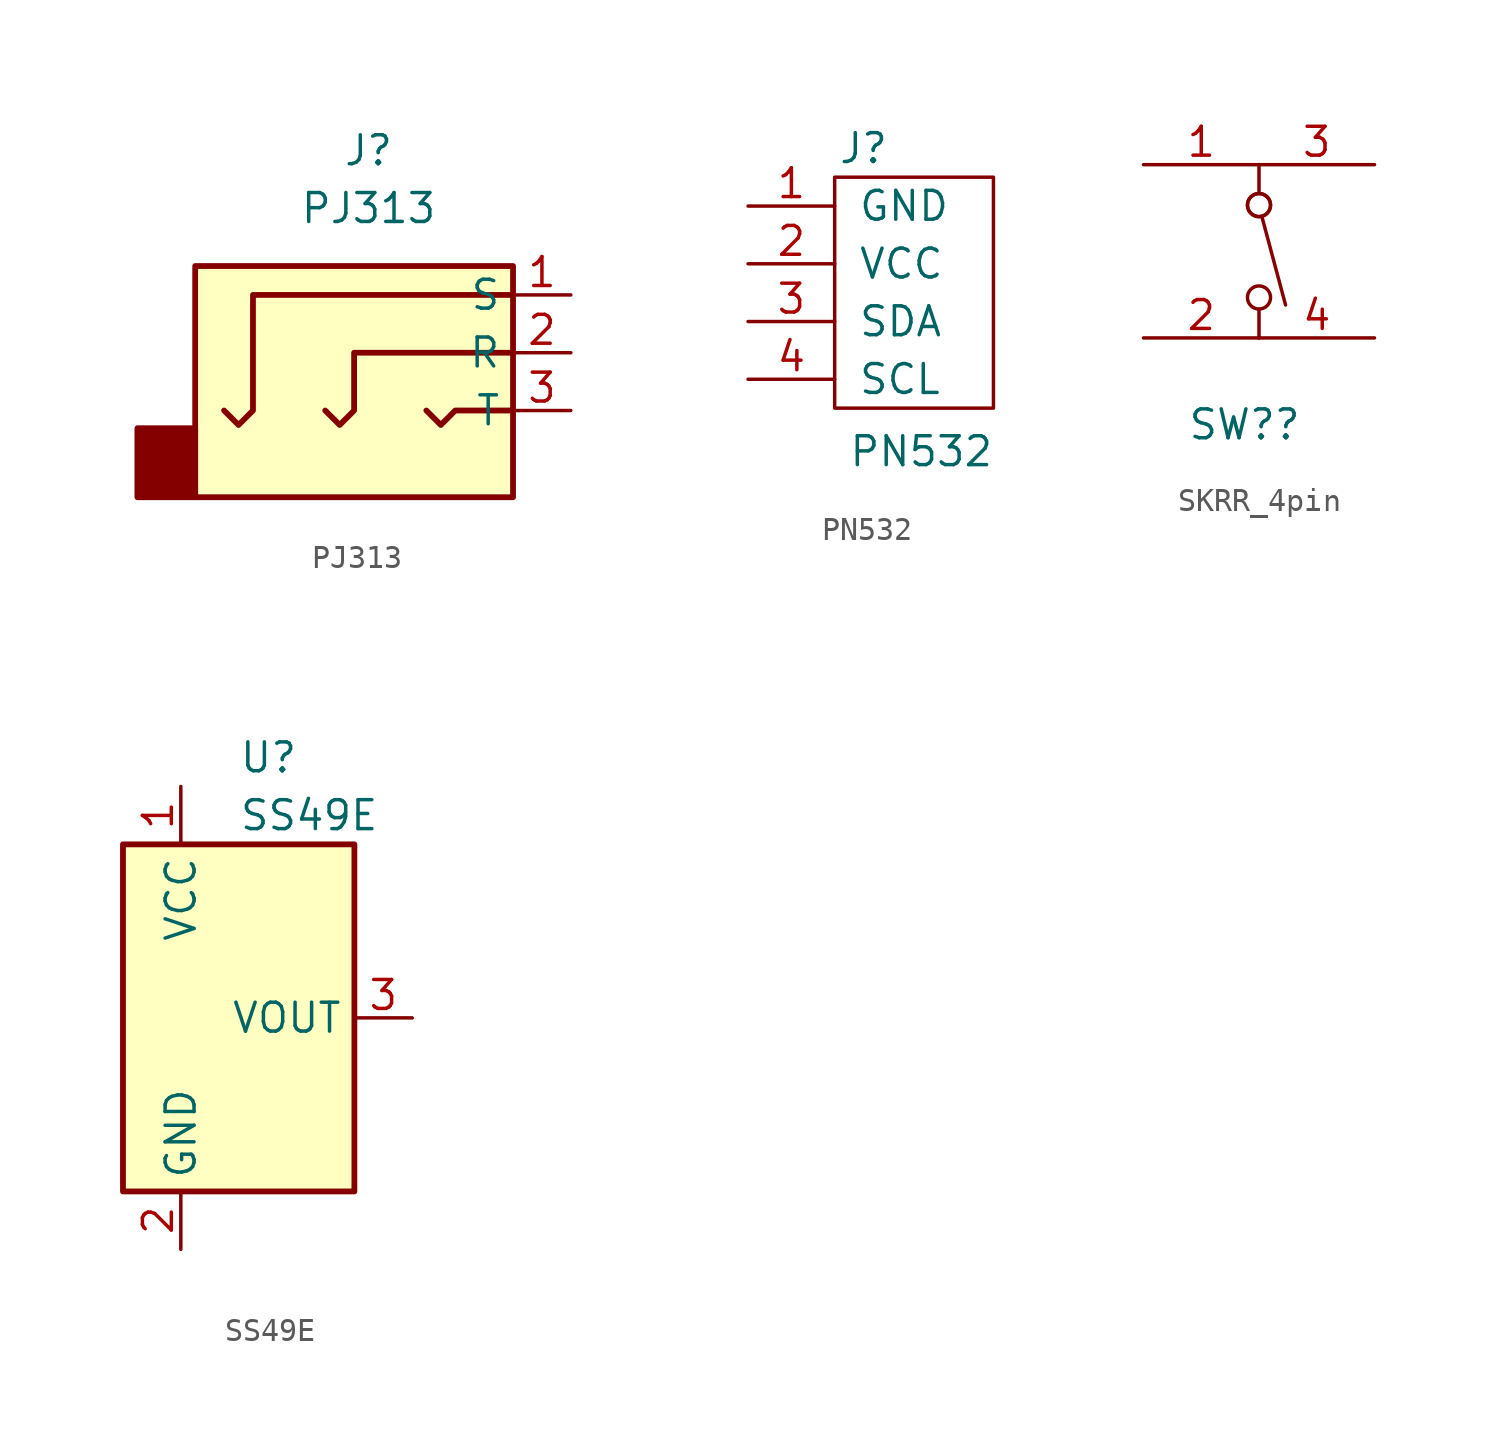
<source format=kicad_sym>
(kicad_symbol_lib
  (version 20231120)
  (generator "kicad_symbol_editor")
  (generator_version "8.0")
  (symbol "PJ313"
    (property "Reference" "J"
      (at 0 8.89 0)
      (effects (font (size 1.27 1.27))))
    (property "Value" "PJ313"
      (at 0 6.35 0)
      (effects (font (size 1.27 1.27))))
    (symbol "PJ313_0_1"
      (rectangle (start -10.16 -3.319) (end -7.62 -6.35) (stroke (width 0.254) (type default)) (fill (type outline)))
      (rectangle (start -7.62 3.81) (end 6.35 -6.35) (stroke (width 0.254) (type default)) (fill (type background)))
      (polyline (pts (xy 2.54 -2.54) (xy 3.175 -3.175) (xy 3.81 -2.54) (xy 6.35 -2.54)) (stroke (width 0.254) (type default)) (fill (type none)))
      (polyline (pts (xy -1.905 -2.54) (xy -1.27 -3.175) (xy -0.635 -2.54) (xy -0.635 0) (xy 6.35 0)) (stroke (width 0.254) (type default)) (fill (type none)))
      (polyline (pts (xy 6.35 2.54) (xy -5.08 2.54) (xy -5.08 -2.54) (xy -5.715 -3.175) (xy -6.35 -2.54)) (stroke (width 0.254) (type default)) (fill (type none))))
    (symbol "PJ313_1_1"
      (pin passive line (at 8.89 2.54 180) (length 2.54) (name "S" (effects (font (size 1.27 1.27)))) (number "1" (effects (font (size 1.27 1.27)))))
      (pin passive line (at 8.89 0 180) (length 2.54) (name "R" (effects (font (size 1.27 1.27)))) (number "2" (effects (font (size 1.27 1.27)))))
      (pin passive line (at 8.89 -2.54 180) (length 2.54) (name "T" (effects (font (size 1.27 1.27)))) (number "3" (effects (font (size 1.27 1.27)))))))
  (symbol "PN532"
    (pin_names
      (offset 1.016))
    (property "Reference" "J"
      (at -1.27 6.35 0)
      (effects (font (size 1.27 1.27))))
    (property "Value" "PN532"
      (at 1.27 -6.985 0)
      (effects (font (size 1.27 1.27))))
    (symbol "PN532_1_1"
      (rectangle (start -2.54 5.08) (end 4.445 -5.08) (stroke (width 0) (type default)) (fill (type none)))
      (pin power_in line (at -6.35 3.81 0) (length 3.81) (name "GND" (effects (font (size 1.27 1.27)))) (number "1" (effects (font (size 1.27 1.27)))))
      (pin power_in line (at -6.35 1.27 0) (length 3.81) (name "VCC" (effects (font (size 1.27 1.27)))) (number "2" (effects (font (size 1.27 1.27)))))
      (pin bidirectional line (at -6.35 -1.27 0) (length 3.81) (name "SDA" (effects (font (size 1.27 1.27)))) (number "3" (effects (font (size 1.27 1.27)))))
      (pin bidirectional line (at -6.35 -3.81 0) (length 3.81) (name "SCL" (effects (font (size 1.27 1.27)))) (number "4" (effects (font (size 1.27 1.27)))))))
  (symbol "SKRR_4pin"
    (pin_names
      (offset 0) hide)
    (property "Reference" "SW?"
      (at -0.635 -7.62 0)
      (effects (font (size 1.27 1.27))))
    (symbol "SKRR_4pin_0_0"
      (circle (center 0 -2.032) (radius 0.508) (stroke (width 0) (type default)) (fill (type none)))
      (polyline (pts (xy 0.127 1.524) (xy 1.168 -2.362)) (stroke (width 0) (type default)) (fill (type none)))
      (circle (center 0 2.032) (radius 0.508) (stroke (width 0) (type default)) (fill (type none)))
      (circle (center 0 2.032) (radius 0.508) (stroke (width 0) (type default)) (fill (type none))))
    (symbol "SKRR_4pin_0_1"
      (polyline (pts (xy 0 -2.54) (xy 0 -3.81)) (stroke (width 0) (type default)) (fill (type none)))
      (polyline (pts (xy 0 3.81) (xy 0 2.54)) (stroke (width 0) (type default)) (fill (type none))))
    (symbol "SKRR_4pin_1_1"
      (pin passive line (at -5.08 3.81 0) (length 5.08) (name "~" (effects (font (size 1.27 1.27)))) (number "1" (effects (font (size 1.27 1.27)))))
      (pin passive line (at -5.08 -3.81 0) (length 5.08) (name "~" (effects (font (size 1.27 1.27)))) (number "2" (effects (font (size 1.27 1.27)))))
      (pin passive line (at 5.08 3.81 180) (length 5.08) (name "~" (effects (font (size 1.27 1.27)))) (number "3" (effects (font (size 1.27 1.27)))))
      (pin passive line (at 5.08 -3.81 180) (length 5.08) (name "~" (effects (font (size 1.27 1.27)))) (number "4" (effects (font (size 1.27 1.27)))))))
  (symbol "SS49E"
    (property "Reference" "U"
      (at 0 11.43 0)
      (effects (font (size 1.27 1.27)) (justify left)))
    (property "Value" "SS49E"
      (at 0 8.89 0)
      (effects (font (size 1.27 1.27)) (justify left)))
    (symbol "SS49E_0_1"
      (rectangle (start -5.08 7.62) (end 5.08 -7.62) (stroke (width 0.254) (type default)) (fill (type background))))
    (symbol "SS49E_1_1"
      (pin power_in line (at -2.54 10.16 270) (length 2.54) (name "VCC" (effects (font (size 1.27 1.27)))) (number "1" (effects (font (size 1.27 1.27)))))
      (pin power_in line (at -2.54 -10.16 90) (length 2.54) (name "GND" (effects (font (size 1.27 1.27)))) (number "2" (effects (font (size 1.27 1.27)))))
      (pin output line (at 7.62 0 180) (length 2.54) (name "VOUT" (effects (font (size 1.27 1.27)))) (number "3" (effects (font (size 1.27 1.27))))))))
</source>
